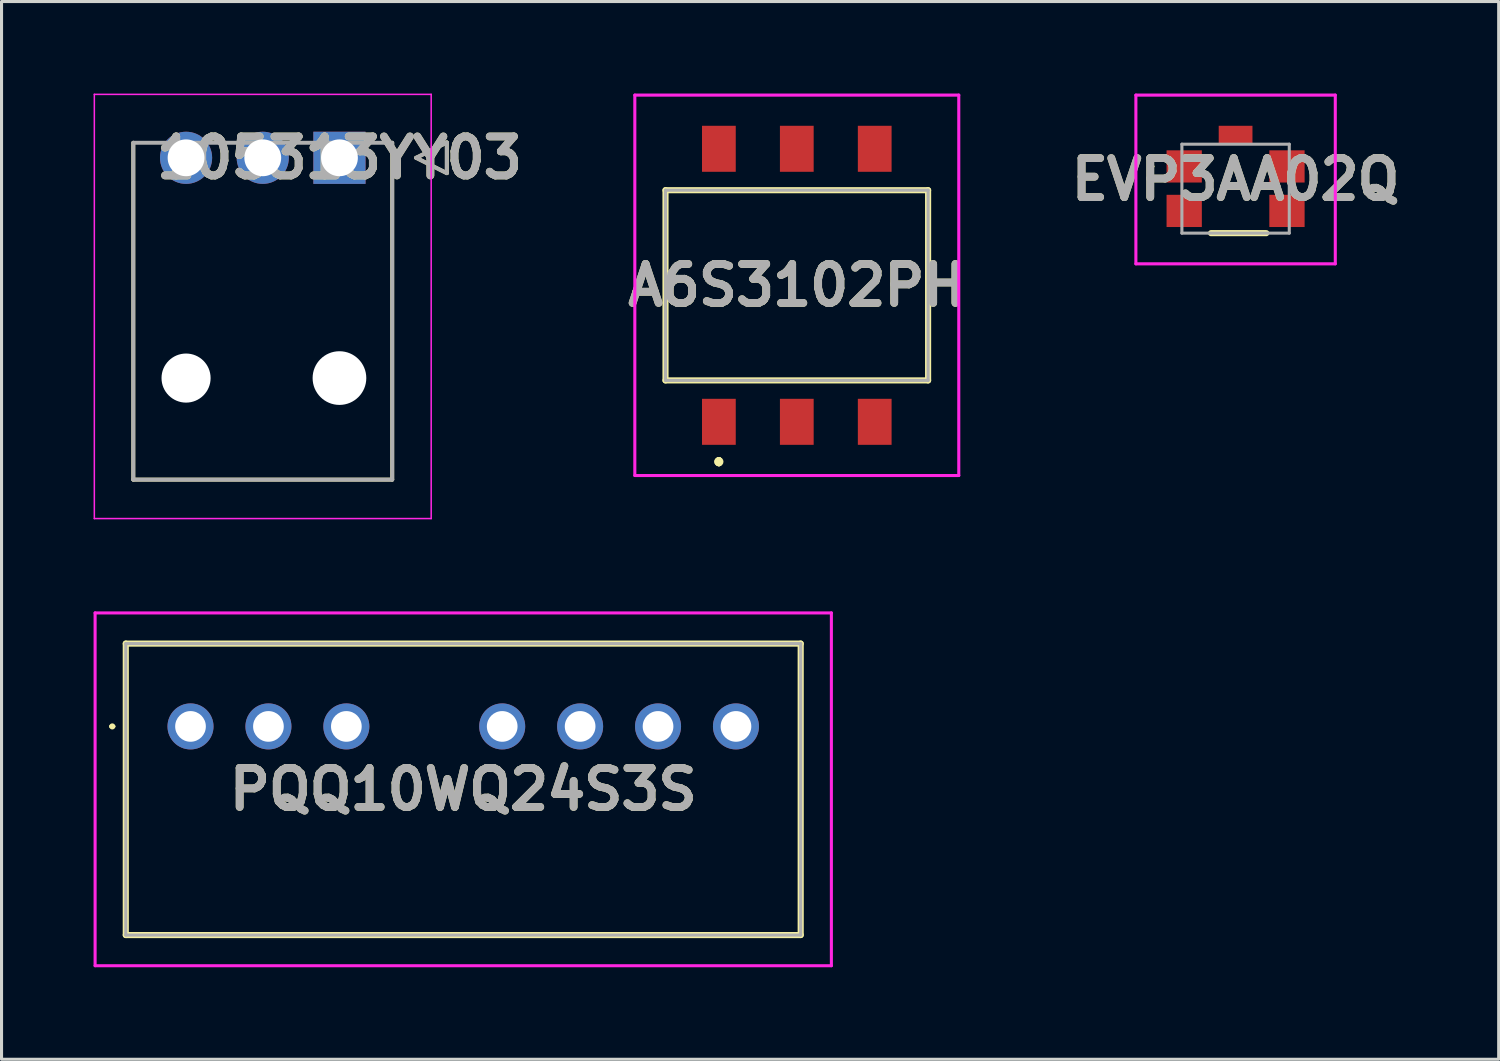
<source format=kicad_pcb>
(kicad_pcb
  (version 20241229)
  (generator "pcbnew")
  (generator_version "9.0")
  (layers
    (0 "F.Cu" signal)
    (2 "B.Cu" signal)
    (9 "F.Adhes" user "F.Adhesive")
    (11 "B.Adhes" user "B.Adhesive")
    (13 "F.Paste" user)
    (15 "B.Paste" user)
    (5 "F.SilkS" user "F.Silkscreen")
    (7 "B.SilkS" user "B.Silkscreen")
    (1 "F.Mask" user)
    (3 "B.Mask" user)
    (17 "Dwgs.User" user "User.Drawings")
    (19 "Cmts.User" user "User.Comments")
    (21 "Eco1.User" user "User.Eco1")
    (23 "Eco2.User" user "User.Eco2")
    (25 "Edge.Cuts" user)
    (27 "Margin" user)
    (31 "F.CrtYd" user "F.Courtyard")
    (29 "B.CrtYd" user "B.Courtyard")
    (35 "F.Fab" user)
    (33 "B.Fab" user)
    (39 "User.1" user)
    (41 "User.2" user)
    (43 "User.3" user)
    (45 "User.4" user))
  (footprint "PQQ10WQ24S3S"
    (layer "F.Cu")
    (at 3.16 20.629)
    (property "Reference" "PQQ10WQ24S3S" (at 8.89 2.05 0) (layer "F.SilkS") (effects (font (size 1.27 1.27) (thickness 0.254))))
    (attr through_hole)
    (fp_line (start -2.6 0) (end -2.6 0) (stroke (width 0.1) (type solid)) (layer "F.SilkS"))
    (fp_line (start -2.5 0) (end -2.5 0) (stroke (width 0.1) (type solid)) (layer "F.SilkS"))
    (fp_line (start -2.11 -2.7) (end 19.89 -2.7) (stroke (width 0.2) (type solid)) (layer "F.SilkS"))
    (fp_line (start -2.11 6.8) (end -2.11 -2.7) (stroke (width 0.2) (type solid)) (layer "F.SilkS"))
    (fp_line (start 19.89 -2.7) (end 19.89 6.8) (stroke (width 0.2) (type solid)) (layer "F.SilkS"))
    (fp_line (start 19.89 6.8) (end -2.11 6.8) (stroke (width 0.2) (type solid)) (layer "F.SilkS"))
    (fp_arc (start -2.6 0) (mid -2.55 -0.05) (end -2.5 0) (stroke (width 0.1) (type solid)) (layer "F.SilkS"))
    (fp_arc (start -2.5 0) (mid -2.55 0.05) (end -2.6 0) (stroke (width 0.1) (type solid)) (layer "F.SilkS"))
    (fp_line (start -3.11 -3.7) (end 20.89 -3.7) (stroke (width 0.1) (type solid)) (layer "F.CrtYd"))
    (fp_line (start -3.11 7.8) (end -3.11 -3.7) (stroke (width 0.1) (type solid)) (layer "F.CrtYd"))
    (fp_line (start 20.89 -3.7) (end 20.89 7.8) (stroke (width 0.1) (type solid)) (layer "F.CrtYd"))
    (fp_line (start 20.89 7.8) (end -3.11 7.8) (stroke (width 0.1) (type solid)) (layer "F.CrtYd"))
    (fp_line (start -2.11 -2.7) (end 19.89 -2.7) (stroke (width 0.1) (type solid)) (layer "F.Fab"))
    (fp_line (start -2.11 6.8) (end -2.11 -2.7) (stroke (width 0.1) (type solid)) (layer "F.Fab"))
    (fp_line (start 19.89 -2.7) (end 19.89 6.8) (stroke (width 0.1) (type solid)) (layer "F.Fab"))
    (fp_line (start 19.89 6.8) (end -2.11 6.8) (stroke (width 0.1) (type solid)) (layer "F.Fab"))
    (fp_text user "${REFERENCE}" (at 8.89 2.05 0) (layer "F.Fab") (effects (font (size 1.27 1.27) (thickness 0.254))))
    (pad "1" thru_hole circle (at 0 0) (size 1.5 1.5) (drill 1) (layers "*.Cu" "*.Mask"))
    (pad "2" thru_hole circle (at 2.54 0) (size 1.5 1.5) (drill 1) (layers "*.Cu" "*.Mask"))
    (pad "3" thru_hole circle (at 5.08 0) (size 1.5 1.5) (drill 1) (layers "*.Cu" "*.Mask"))
    (pad "5" thru_hole circle (at 10.16 0) (size 1.5 1.5) (drill 1) (layers "*.Cu" "*.Mask"))
    (pad "6" thru_hole circle (at 12.7 0) (size 1.5 1.5) (drill 1) (layers "*.Cu" "*.Mask"))
    (pad "7" thru_hole circle (at 15.24 0) (size 1.5 1.5) (drill 1) (layers "*.Cu" "*.Mask"))
    (pad "8" thru_hole circle (at 17.78 0) (size 1.5 1.5) (drill 1) (layers "*.Cu" "*.Mask")))
  (footprint "EVP3AA02Q"
    (layer "F.Cu")
    (at 37.226 3.1)
    (property "Reference" "EVP3AA02Q" (at 0 -0.3 0) (layer "F.SilkS") (effects (font (size 1.27 1.27) (thickness 0.254))))
    (attr smd)
    (fp_line (start -2.8 -0.725) (end -2.8 -0.725) (stroke (width 0.1) (type solid)) (layer "F.SilkS"))
    (fp_line (start -2.7 -0.725) (end -2.7 -0.725) (stroke (width 0.1) (type solid)) (layer "F.SilkS"))
    (fp_line (start -0.8 1.45) (end 1 1.45) (stroke (width 0.2) (type solid)) (layer "F.SilkS"))
    (fp_arc (start -2.8 -0.725) (mid -2.75 -0.775) (end -2.7 -0.725) (stroke (width 0.1) (type solid)) (layer "F.SilkS"))
    (fp_arc (start -2.7 -0.725) (mid -2.75 -0.675) (end -2.8 -0.725) (stroke (width 0.1) (type solid)) (layer "F.SilkS"))
    (fp_line (start -3.25 -3.05) (end 3.25 -3.05) (stroke (width 0.1) (type solid)) (layer "F.CrtYd"))
    (fp_line (start -3.25 2.45) (end -3.25 -3.05) (stroke (width 0.1) (type solid)) (layer "F.CrtYd"))
    (fp_line (start 3.25 -3.05) (end 3.25 2.45) (stroke (width 0.1) (type solid)) (layer "F.CrtYd"))
    (fp_line (start 3.25 2.45) (end -3.25 2.45) (stroke (width 0.1) (type solid)) (layer "F.CrtYd"))
    (fp_line (start -1.75 -1.45) (end -1.75 1.45) (stroke (width 0.1) (type solid)) (layer "F.Fab"))
    (fp_line (start -1.75 1.45) (end 1.75 1.45) (stroke (width 0.1) (type solid)) (layer "F.Fab"))
    (fp_line (start 1.75 -1.45) (end -1.75 -1.45) (stroke (width 0.1) (type solid)) (layer "F.Fab"))
    (fp_line (start 1.75 1.45) (end 1.75 -1.45) (stroke (width 0.1) (type solid)) (layer "F.Fab"))
    (fp_text user "${REFERENCE}" (at 0 -0.3 0) (layer "F.Fab") (effects (font (size 1.27 1.27) (thickness 0.254))))
    (pad "A1" smd rect (at -1.675 -0.725 90) (size 1.05 1.15) (layers "F.Cu" "F.Mask" "F.Paste"))
    (pad "A2" smd rect (at 1.675 -0.725 90) (size 1.05 1.15) (layers "F.Cu" "F.Mask" "F.Paste"))
    (pad "B1" smd rect (at -1.675 0.725 90) (size 1.05 1.15) (layers "F.Cu" "F.Mask" "F.Paste"))
    (pad "B2" smd rect (at 1.675 0.725 90) (size 1.05 1.15) (layers "F.Cu" "F.Mask" "F.Paste"))
    (pad "G1" smd rect (at 0 -1.75 90) (size 0.6 1.1) (layers "F.Cu" "F.Mask" "F.Paste")))
  (footprint "105313YY03"
    (layer "F.Cu")
    (at 8.015 2.094)
    (property "Reference" "105313YY03" (at 0 0 0) (layer "F.SilkS") (effects (font (size 1.27 1.27) (thickness 0.254))))
    (attr through_hole)
    (fp_line (start -6.72 10.49) (end -6.72 -0.49) (stroke (width 0.127) (type solid)) (layer "F.SilkS"))
    (fp_line (start 1.72 -0.49) (end 1.72 10.49) (stroke (width 0.127) (type solid)) (layer "F.SilkS"))
    (fp_line (start 1.72 10.49) (end -6.72 10.49) (stroke (width 0.127) (type solid)) (layer "F.SilkS"))
    (fp_line (start 2.5 0) (end 3.5 -0.5) (stroke (width 0.127) (type solid)) (layer "F.SilkS"))
    (fp_line (start 3.5 -0.5) (end 3.5 0.5) (stroke (width 0.127) (type solid)) (layer "F.SilkS"))
    (fp_line (start 3.5 0.5) (end 2.5 0) (stroke (width 0.127) (type solid)) (layer "F.SilkS"))
    (fp_line (start -7.99 -2.069) (end 2.99 -2.069) (stroke (width 0.05) (type solid)) (layer "F.CrtYd"))
    (fp_line (start -7.99 11.76) (end -7.99 -2.069) (stroke (width 0.05) (type solid)) (layer "F.CrtYd"))
    (fp_line (start 2.99 -2.069) (end 2.99 11.76) (stroke (width 0.05) (type solid)) (layer "F.CrtYd"))
    (fp_line (start 2.99 11.76) (end -7.99 11.76) (stroke (width 0.05) (type solid)) (layer "F.CrtYd"))
    (fp_line (start -6.72 -0.49) (end 1.72 -0.49) (stroke (width 0.127) (type solid)) (layer "F.Fab"))
    (fp_line (start -6.72 10.49) (end -6.72 -0.49) (stroke (width 0.127) (type solid)) (layer "F.Fab"))
    (fp_line (start 1.72 -0.49) (end 1.72 10.49) (stroke (width 0.127) (type solid)) (layer "F.Fab"))
    (fp_line (start 1.72 10.49) (end -6.72 10.49) (stroke (width 0.127) (type solid)) (layer "F.Fab"))
    (fp_line (start 2.5 0) (end 3.5 -0.5) (stroke (width 0.127) (type solid)) (layer "F.Fab"))
    (fp_line (start 3.5 -0.5) (end 3.5 0.5) (stroke (width 0.127) (type solid)) (layer "F.Fab"))
    (fp_line (start 3.5 0.5) (end 2.5 0) (stroke (width 0.127) (type solid)) (layer "F.Fab"))
    (fp_text user "${REFERENCE}" (at 0 0 0) (layer "F.Fab") (effects (font (size 1.27 1.27) (thickness 0.254))))
    (pad "" np_thru_hole circle (at -5 7.18) (size 1.6 1.6) (drill 1.6) (layers "*.Cu" "*.Mask"))
    (pad "" np_thru_hole circle (at 0 7.18) (size 1.75 1.75) (drill 1.75) (layers "*.Cu" "*.Mask"))
    (pad "1" thru_hole rect (at 0 0) (size 1.7 1.7) (drill 1.2) (layers "*.Cu" "*.Mask"))
    (pad "2" thru_hole circle (at -2.5 0) (size 1.7 1.7) (drill 1.2) (layers "*.Cu" "*.Mask"))
    (pad "3" thru_hole circle (at -5 0) (size 1.7 1.7) (drill 1.2) (layers "*.Cu" "*.Mask")))
  (footprint "A6S3102PH"
    (layer "F.Cu")
    (at 22.923 6.25)
    (property "Reference" "A6S3102PH" (at 0 0 0) (layer "F.SilkS") (effects (font (size 1.27 1.27) (thickness 0.254))))
    (attr smd)
    (fp_line (start -4.28 -3.1) (end -4.28 3.1) (stroke (width 0.2) (type solid)) (layer "F.SilkS"))
    (fp_line (start -4.28 3.1) (end 4.28 3.1) (stroke (width 0.2) (type solid)) (layer "F.SilkS"))
    (fp_line (start -2.54 5.7) (end -2.54 5.7) (stroke (width 0.2) (type solid)) (layer "F.SilkS"))
    (fp_line (start -2.54 5.7) (end -2.54 5.7) (stroke (width 0.2) (type solid)) (layer "F.SilkS"))
    (fp_line (start -2.54 5.8) (end -2.54 5.8) (stroke (width 0.2) (type solid)) (layer "F.SilkS"))
    (fp_line (start 4.28 -3.1) (end -4.28 -3.1) (stroke (width 0.2) (type solid)) (layer "F.SilkS"))
    (fp_line (start 4.28 3.1) (end 4.28 -3.1) (stroke (width 0.2) (type solid)) (layer "F.SilkS"))
    (fp_arc (start -2.54 5.7) (mid -2.49 5.75) (end -2.54 5.8) (stroke (width 0.2) (type solid)) (layer "F.SilkS"))
    (fp_arc (start -2.54 5.8) (mid -2.59 5.75) (end -2.54 5.7) (stroke (width 0.2) (type solid)) (layer "F.SilkS"))
    (fp_arc (start -2.54 5.8) (mid -2.59 5.75) (end -2.54 5.7) (stroke (width 0.2) (type solid)) (layer "F.SilkS"))
    (fp_line (start -5.28 -6.2) (end 5.28 -6.2) (stroke (width 0.1) (type solid)) (layer "F.CrtYd"))
    (fp_line (start -5.28 6.2) (end -5.28 -6.2) (stroke (width 0.1) (type solid)) (layer "F.CrtYd"))
    (fp_line (start 5.28 -6.2) (end 5.28 6.2) (stroke (width 0.1) (type solid)) (layer "F.CrtYd"))
    (fp_line (start 5.28 6.2) (end -5.28 6.2) (stroke (width 0.1) (type solid)) (layer "F.CrtYd"))
    (fp_line (start -4.28 -3.1) (end -4.28 3.1) (stroke (width 0.1) (type solid)) (layer "F.Fab"))
    (fp_line (start -4.28 3.1) (end 4.28 3.1) (stroke (width 0.1) (type solid)) (layer "F.Fab"))
    (fp_line (start 4.28 -3.1) (end -4.28 -3.1) (stroke (width 0.1) (type solid)) (layer "F.Fab"))
    (fp_line (start 4.28 3.1) (end 4.28 -3.1) (stroke (width 0.1) (type solid)) (layer "F.Fab"))
    (fp_text user "${REFERENCE}" (at 0 0 0) (layer "F.Fab") (effects (font (size 1.27 1.27) (thickness 0.254))))
    (pad "1" smd rect (at -2.54 4.45) (size 1.1 1.5) (layers "F.Cu" "F.Mask" "F.Paste"))
    (pad "2" smd rect (at 0 4.45) (size 1.1 1.5) (layers "F.Cu" "F.Mask" "F.Paste"))
    (pad "3" smd rect (at 2.54 4.45) (size 1.1 1.5) (layers "F.Cu" "F.Mask" "F.Paste"))
    (pad "4" smd rect (at 2.54 -4.45) (size 1.1 1.5) (layers "F.Cu" "F.Mask" "F.Paste"))
    (pad "5" smd rect (at 0 -4.45) (size 1.1 1.5) (layers "F.Cu" "F.Mask" "F.Paste"))
    (pad "6" smd rect (at -2.54 -4.45) (size 1.1 1.5) (layers "F.Cu" "F.Mask" "F.Paste")))
  (gr_rect
    (start -3 -3)
    (end 45.802 31.479)
    (stroke (width 0.1) (type default))
    (fill no)
    (layer "Edge.Cuts")))
</source>
